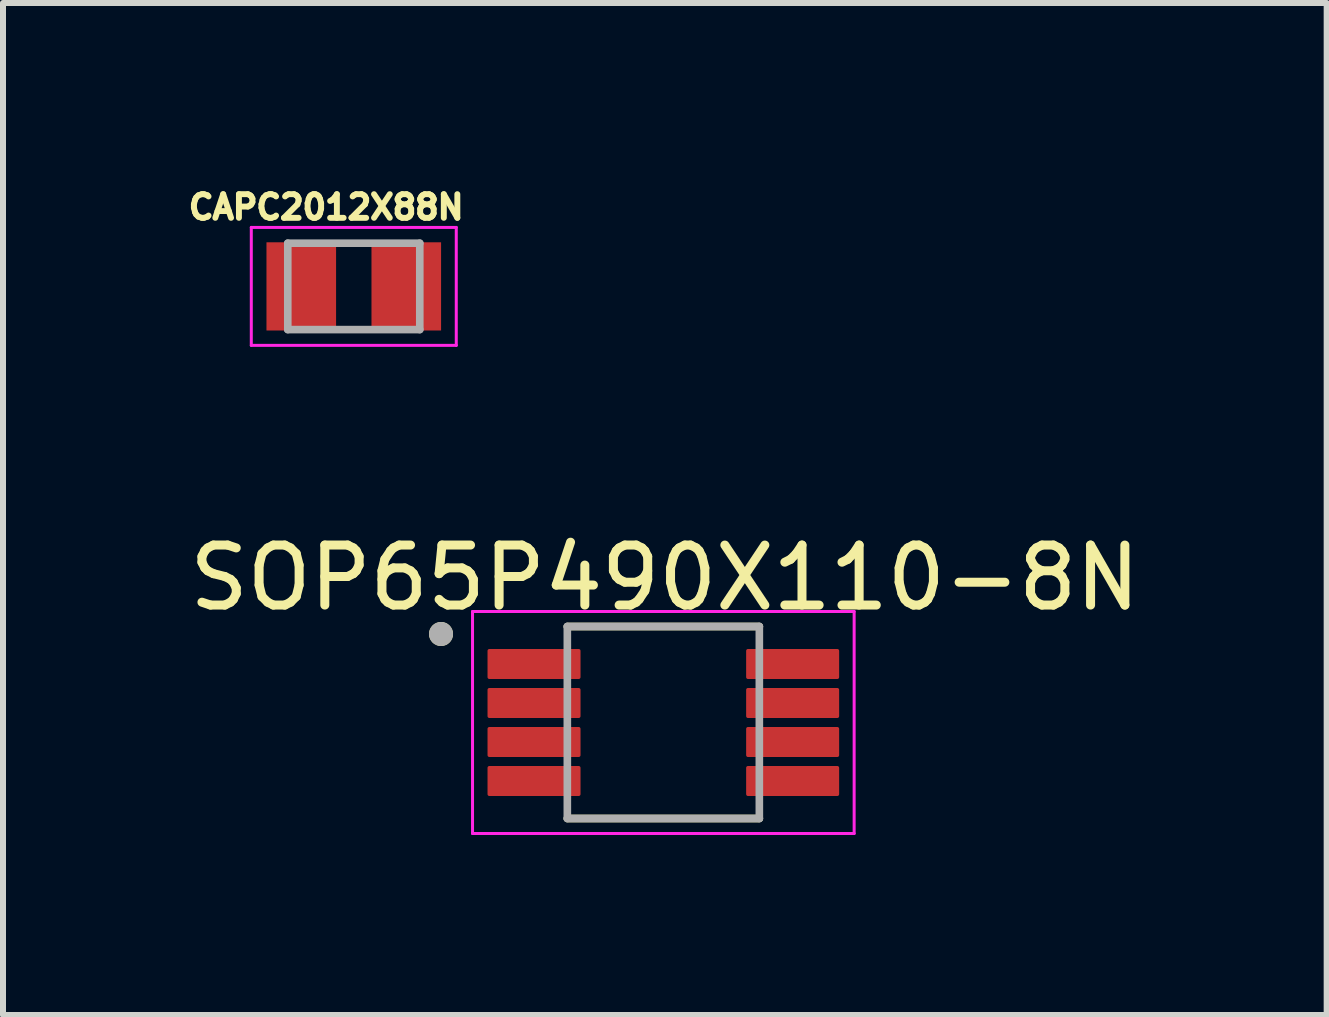
<source format=kicad_pcb>
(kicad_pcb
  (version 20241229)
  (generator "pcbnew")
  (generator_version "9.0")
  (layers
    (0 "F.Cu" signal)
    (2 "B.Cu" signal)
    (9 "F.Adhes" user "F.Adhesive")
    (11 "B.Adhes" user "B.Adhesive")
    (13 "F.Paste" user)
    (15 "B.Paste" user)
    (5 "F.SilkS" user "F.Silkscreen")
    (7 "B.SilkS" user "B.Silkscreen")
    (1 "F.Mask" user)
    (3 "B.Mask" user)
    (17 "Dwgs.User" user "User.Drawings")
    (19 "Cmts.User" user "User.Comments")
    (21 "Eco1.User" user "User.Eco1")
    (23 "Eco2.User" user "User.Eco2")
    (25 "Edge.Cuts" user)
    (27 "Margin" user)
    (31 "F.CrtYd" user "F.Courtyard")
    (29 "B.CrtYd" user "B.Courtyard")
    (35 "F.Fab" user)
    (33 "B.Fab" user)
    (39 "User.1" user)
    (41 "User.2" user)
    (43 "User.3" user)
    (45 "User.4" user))
  (footprint "SOP65P490X110-8N"
    (layer "F.Cu")
    (at 8.005 8.991)
    (property "Reference" "SOP65P490X110-8N" (at 0.025 -2.412 0) (layer "F.SilkS") (effects (font (size 1 1) (thickness 0.15))))
    (attr smd)
    (fp_line (start -1.6 -1.6) (end 1.6 -1.6) (stroke (width 0.127) (type solid)) (layer "F.SilkS"))
    (fp_line (start -1.6 1.6) (end 1.6 1.6) (stroke (width 0.127) (type solid)) (layer "F.SilkS"))
    (fp_circle (center -3.705 -1.475) (end -3.605 -1.475) (stroke (width 0.2) (type solid)) (fill no) (layer "F.SilkS"))
    (fp_line (start -3.18 -1.85) (end -3.18 1.85) (stroke (width 0.05) (type solid)) (layer "F.CrtYd"))
    (fp_line (start -3.18 -1.85) (end 3.18 -1.85) (stroke (width 0.05) (type solid)) (layer "F.CrtYd"))
    (fp_line (start -3.18 1.85) (end 3.18 1.85) (stroke (width 0.05) (type solid)) (layer "F.CrtYd"))
    (fp_line (start 3.18 -1.85) (end 3.18 1.85) (stroke (width 0.05) (type solid)) (layer "F.CrtYd"))
    (fp_line (start -1.6 -1.6) (end -1.6 1.6) (stroke (width 0.127) (type solid)) (layer "F.Fab"))
    (fp_line (start -1.6 -1.6) (end 1.6 -1.6) (stroke (width 0.127) (type solid)) (layer "F.Fab"))
    (fp_line (start -1.6 1.6) (end 1.6 1.6) (stroke (width 0.127) (type solid)) (layer "F.Fab"))
    (fp_line (start 1.6 -1.6) (end 1.6 1.6) (stroke (width 0.127) (type solid)) (layer "F.Fab"))
    (fp_circle (center -3.705 -1.475) (end -3.605 -1.475) (stroke (width 0.2) (type solid)) (fill no) (layer "F.Fab"))
    (pad "1" smd roundrect (at -2.155 -0.975) (size 1.55 0.5) (layers "F.Cu" "F.Mask" "F.Paste") (roundrect_rratio 0.06))
    (pad "2" smd roundrect (at -2.155 -0.325) (size 1.55 0.5) (layers "F.Cu" "F.Mask" "F.Paste") (roundrect_rratio 0.06))
    (pad "3" smd roundrect (at -2.155 0.325) (size 1.55 0.5) (layers "F.Cu" "F.Mask" "F.Paste") (roundrect_rratio 0.06))
    (pad "4" smd roundrect (at -2.155 0.975) (size 1.55 0.5) (layers "F.Cu" "F.Mask" "F.Paste") (roundrect_rratio 0.06))
    (pad "5" smd roundrect (at 2.155 0.975) (size 1.55 0.5) (layers "F.Cu" "F.Mask" "F.Paste") (roundrect_rratio 0.06))
    (pad "6" smd roundrect (at 2.155 0.325) (size 1.55 0.5) (layers "F.Cu" "F.Mask" "F.Paste") (roundrect_rratio 0.06))
    (pad "7" smd roundrect (at 2.155 -0.325) (size 1.55 0.5) (layers "F.Cu" "F.Mask" "F.Paste") (roundrect_rratio 0.06))
    (pad "8" smd roundrect (at 2.155 -0.975) (size 1.55 0.5) (layers "F.Cu" "F.Mask" "F.Paste") (roundrect_rratio 0.06)))
  (footprint "CAPC2012X88N"
    (layer "F.Cu")
    (at 2.846 1.723)
    (property "Reference" "CAPC2012X88N" (at -0.46 -1.32 0) (layer "F.SilkS") (effects (font (size 0.394 0.394) (thickness 0.15))))
    (attr smd)
    (fp_line (start -1.708 -0.983) (end 1.708 -0.983) (stroke (width 0.05) (type solid)) (layer "F.CrtYd"))
    (fp_line (start -1.708 0.983) (end -1.708 -0.983) (stroke (width 0.05) (type solid)) (layer "F.CrtYd"))
    (fp_line (start -1.708 0.983) (end 1.708 0.983) (stroke (width 0.05) (type solid)) (layer "F.CrtYd"))
    (fp_line (start 1.708 0.983) (end 1.708 -0.983) (stroke (width 0.05) (type solid)) (layer "F.CrtYd"))
    (fp_line (start -1.1 0.72) (end -1.1 -0.72) (stroke (width 0.127) (type solid)) (layer "F.Fab"))
    (fp_line (start 1.1 -0.72) (end -1.1 -0.72) (stroke (width 0.127) (type solid)) (layer "F.Fab"))
    (fp_line (start 1.1 0.72) (end -1.1 0.72) (stroke (width 0.127) (type solid)) (layer "F.Fab"))
    (fp_line (start 1.1 0.72) (end 1.1 -0.72) (stroke (width 0.127) (type solid)) (layer "F.Fab"))
    (pad "1" smd rect (at -0.875 0) (size 1.16 1.47) (layers "F.Cu" "F.Mask" "F.Paste"))
    (pad "2" smd rect (at 0.875 0) (size 1.16 1.47) (layers "F.Cu" "F.Mask" "F.Paste")))
  (gr_rect
    (start -3 -3)
    (end 19.06 13.866)
    (stroke (width 0.1) (type default))
    (fill no)
    (layer "Edge.Cuts")))
</source>
